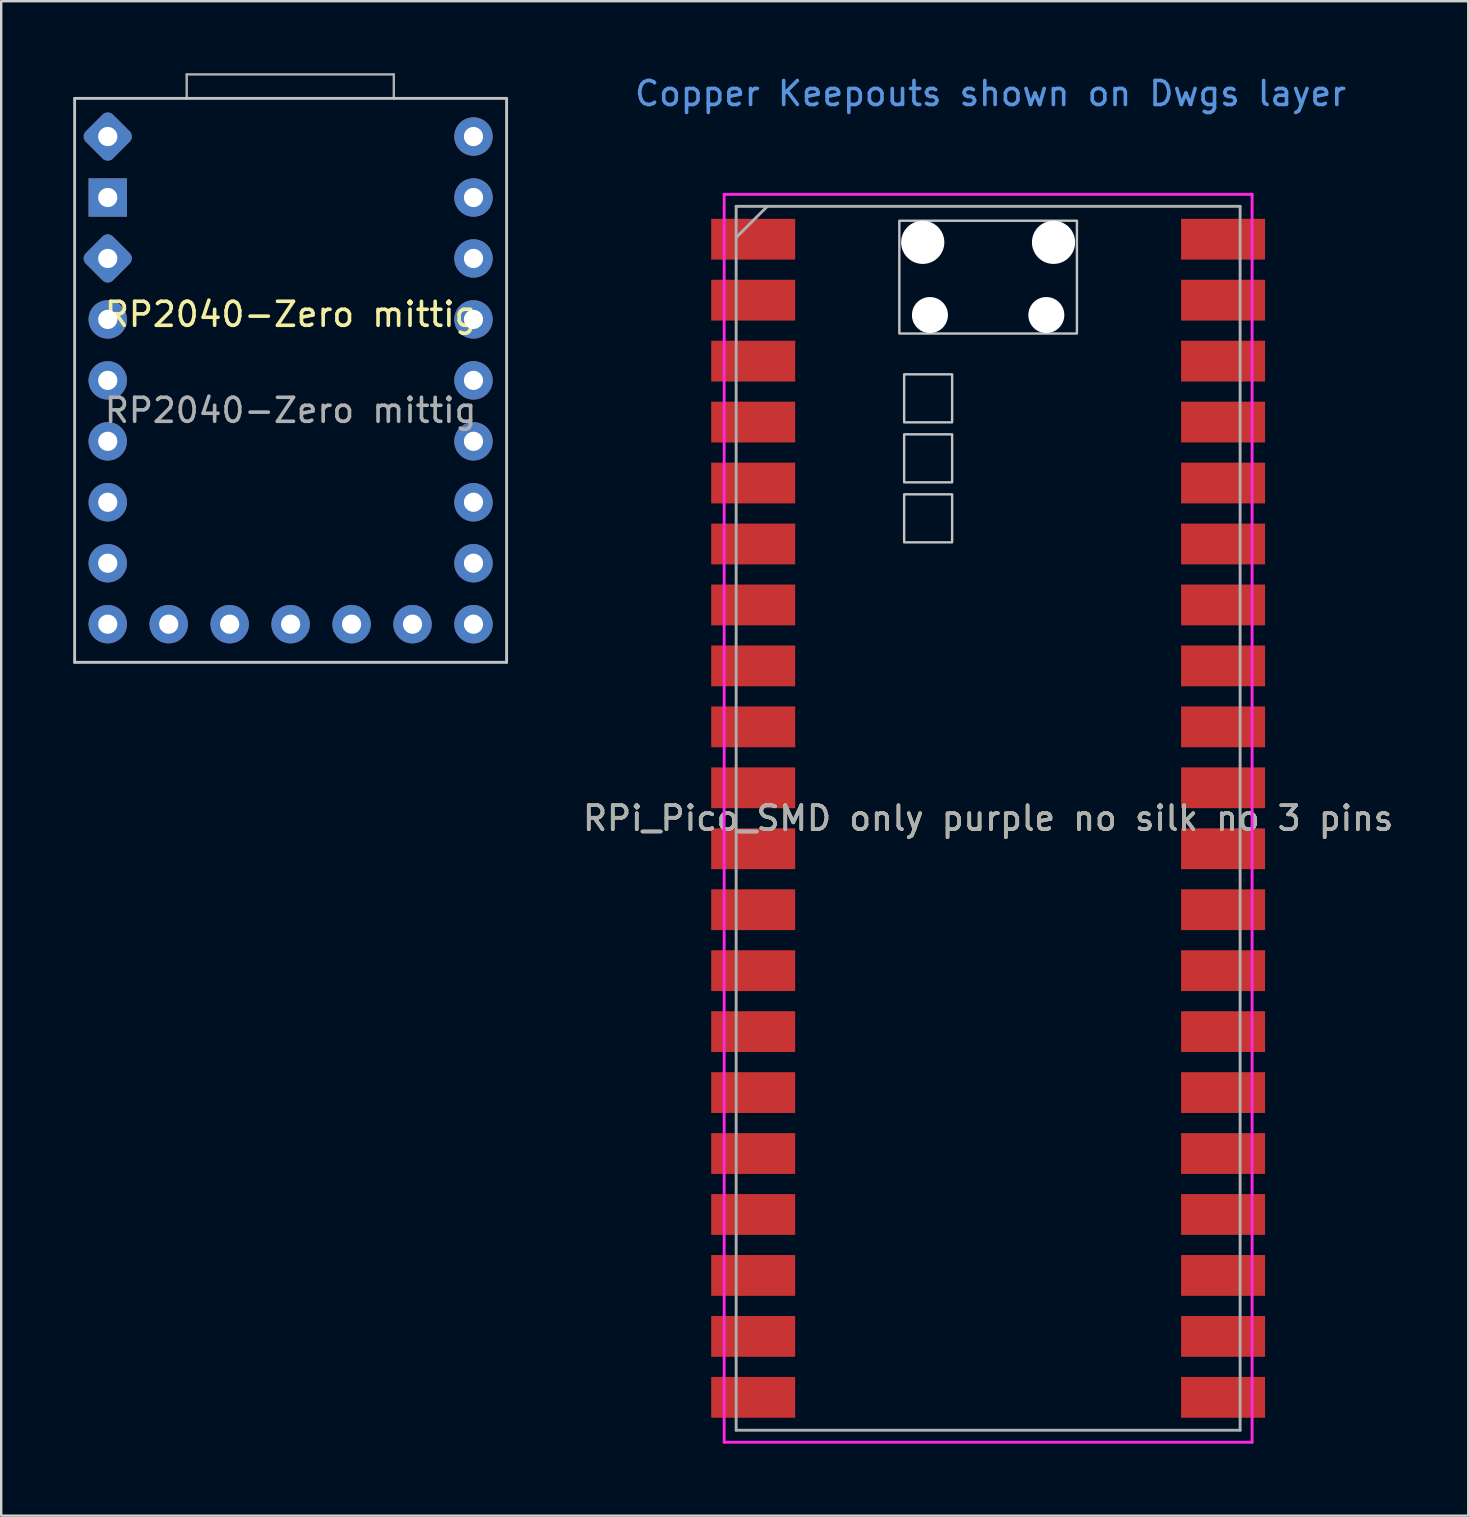
<source format=kicad_pcb>
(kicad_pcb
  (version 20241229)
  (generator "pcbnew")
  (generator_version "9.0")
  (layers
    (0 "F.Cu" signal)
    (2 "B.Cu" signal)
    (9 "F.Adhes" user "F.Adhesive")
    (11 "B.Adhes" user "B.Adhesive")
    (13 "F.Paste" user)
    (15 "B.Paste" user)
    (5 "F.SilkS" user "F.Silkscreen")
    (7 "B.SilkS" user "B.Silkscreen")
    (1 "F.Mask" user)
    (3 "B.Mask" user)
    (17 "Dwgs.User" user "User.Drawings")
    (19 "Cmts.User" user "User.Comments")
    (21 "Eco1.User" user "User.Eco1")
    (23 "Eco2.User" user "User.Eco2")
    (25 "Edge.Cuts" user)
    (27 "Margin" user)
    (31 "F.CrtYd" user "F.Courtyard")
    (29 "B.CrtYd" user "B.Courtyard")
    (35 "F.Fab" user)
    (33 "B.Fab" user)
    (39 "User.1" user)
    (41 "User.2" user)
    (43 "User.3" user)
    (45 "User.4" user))
  (footprint "RP2040-Zero mittig"
    (layer "F.Cu")
    (at 9.06 22.45)
    (property "Reference" "RP2040-Zero mittig" (at 0 -12.4 0) (unlocked yes) (layer "F.SilkS") (effects (font (size 1 1) (thickness 0.15))))
    (attr through_hole)
    (fp_line (start -9 -21.4) (end -9 2.1) (stroke (width 0.12) (type solid)) (layer "Dwgs.User"))
    (fp_line (start -9 2.1) (end 9 2.1) (stroke (width 0.12) (type solid)) (layer "Dwgs.User"))
    (fp_line (start 9 -21.4) (end -9 -21.4) (stroke (width 0.12) (type solid)) (layer "Dwgs.User"))
    (fp_line (start 9 2.1) (end 9 -21.4) (stroke (width 0.12) (type solid)) (layer "Dwgs.User"))
    (fp_line (start -9 -21.4) (end 9 -21.4) (stroke (width 0.05) (type solid)) (layer "F.CrtYd"))
    (fp_line (start -9 2.1) (end -9 -21.4) (stroke (width 0.05) (type solid)) (layer "F.CrtYd"))
    (fp_line (start 9 -21.4) (end 9 2.1) (stroke (width 0.05) (type solid)) (layer "F.CrtYd"))
    (fp_line (start 9 2.1) (end -9 2.1) (stroke (width 0.05) (type solid)) (layer "F.CrtYd"))
    (fp_line (start -4.33 -22.4) (end -4.33 -21.4) (stroke (width 0.1) (type solid)) (layer "F.Fab"))
    (fp_line (start -4.33 -22.4) (end 4.3 -22.4) (stroke (width 0.1) (type solid)) (layer "F.Fab"))
    (fp_line (start 4.3 -22.4) (end 4.3 -21.4) (stroke (width 0.1) (type solid)) (layer "F.Fab"))
    (fp_text user "${REFERENCE}" (at 0 -8.4 0) (unlocked yes) (layer "F.Fab") (effects (font (size 1 1) (thickness 0.15))))
    (pad "0" thru_hole circle (at 7.62 -19.81) (size 1.6 1.6) (drill 0.8) (layers "*.Cu" "*.Mask"))
    (pad "1" thru_hole circle (at 7.62 -17.27) (size 1.6 1.6) (drill 0.8) (layers "*.Cu" "*.Mask"))
    (pad "2" thru_hole circle (at 7.62 -14.73) (size 1.6 1.6) (drill 0.8) (layers "*.Cu" "*.Mask"))
    (pad "3" thru_hole circle (at 7.62 -12.19) (size 1.6 1.6) (drill 0.8) (layers "*.Cu" "*.Mask"))
    (pad "4" thru_hole circle (at 7.62 -9.65) (size 1.6 1.6) (drill 0.8) (layers "*.Cu" "*.Mask"))
    (pad "5" thru_hole circle (at 7.62 -7.11) (size 1.6 1.6) (drill 0.8) (layers "*.Cu" "*.Mask"))
    (pad "6" thru_hole circle (at 7.62 -4.57) (size 1.6 1.6) (drill 0.8) (layers "*.Cu" "*.Mask"))
    (pad "7" thru_hole circle (at 7.62 -2.03) (size 1.6 1.6) (drill 0.8) (layers "*.Cu" "*.Mask"))
    (pad "8" thru_hole circle (at 7.62 0.51) (size 1.6 1.6) (drill 0.8) (layers "*.Cu" "*.Mask"))
    (pad "9" thru_hole circle (at 5.08 0.51) (size 1.6 1.6) (drill 0.8) (layers "*.Cu" "*.Mask"))
    (pad "10" thru_hole circle (at 2.54 0.51) (size 1.6 1.6) (drill 0.8) (layers "*.Cu" "*.Mask"))
    (pad "11" thru_hole circle (at 0 0.51) (size 1.6 1.6) (drill 0.8) (layers "*.Cu" "*.Mask"))
    (pad "12" thru_hole circle (at -2.54 0.51) (size 1.6 1.6) (drill 0.8) (layers "*.Cu" "*.Mask"))
    (pad "13" thru_hole circle (at -5.08 0.51) (size 1.6 1.6) (drill 0.8) (layers "*.Cu" "*.Mask"))
    (pad "14" thru_hole circle (at -7.62 0.51) (size 1.6 1.6) (drill 0.8) (layers "*.Cu" "*.Mask"))
    (pad "15" thru_hole circle (at -7.62 -2.03) (size 1.6 1.6) (drill 0.8) (layers "*.Cu" "*.Mask"))
    (pad "26" thru_hole circle (at -7.62 -4.57) (size 1.6 1.6) (drill 0.8) (layers "*.Cu" "*.Mask"))
    (pad "27" thru_hole circle (at -7.62 -7.11) (size 1.6 1.6) (drill 0.8) (layers "*.Cu" "*.Mask"))
    (pad "28" thru_hole circle (at -7.62 -9.65) (size 1.6 1.6) (drill 0.8) (layers "*.Cu" "*.Mask"))
    (pad "29" thru_hole circle (at -7.62 -12.19) (size 1.6 1.6) (drill 0.8) (layers "*.Cu" "*.Mask"))
    (pad "G1" thru_hole rect (at -7.62 -17.27) (size 1.6 1.6) (drill 0.8) (layers "*.Cu" "*.Mask"))
    (pad "v3" thru_hole roundrect (at -7.62 -14.73 45) (size 1.6 1.6) (drill 0.8) (layers "*.Cu" "*.Mask") (roundrect_rratio 0.188))
    (pad "v5" thru_hole roundrect (at -7.62 -19.81 45) (size 1.6 1.6) (drill 0.8) (layers "*.Cu" "*.Mask") (roundrect_rratio 0.188)))
  (footprint "RPi_Pico_SMD only purple no silk no 3 pins"
    (layer "F.Cu")
    (at 38.126 31.048)
    (property "Reference" "RPi_Pico_SMD only purple no silk no 3 pins" (at 0 0 0) (layer "F.SilkS") (effects (font (size 1 1) (thickness 0.15))))
    (attr through_hole)
    (fp_poly (pts (xy -1.5 -16.5) (xy -3.5 -16.5) (xy -3.5 -18.5) (xy -1.5 -18.5)) (stroke (width 0.1) (type solid)) (fill no) (layer "Dwgs.User"))
    (fp_poly (pts (xy -1.5 -14) (xy -3.5 -14) (xy -3.5 -16) (xy -1.5 -16)) (stroke (width 0.1) (type solid)) (fill no) (layer "Dwgs.User"))
    (fp_poly (pts (xy -1.5 -11.5) (xy -3.5 -11.5) (xy -3.5 -13.5) (xy -1.5 -13.5)) (stroke (width 0.1) (type solid)) (fill no) (layer "Dwgs.User"))
    (fp_poly (pts (xy 3.7 -20.2) (xy -3.7 -20.2) (xy -3.7 -24.9) (xy 3.7 -24.9)) (stroke (width 0.1) (type solid)) (fill no) (layer "Dwgs.User"))
    (fp_line (start -11 -26) (end 11 -26) (stroke (width 0.12) (type solid)) (layer "F.CrtYd"))
    (fp_line (start -11 26) (end -11 -26) (stroke (width 0.12) (type solid)) (layer "F.CrtYd"))
    (fp_line (start 11 -26) (end 11 26) (stroke (width 0.12) (type solid)) (layer "F.CrtYd"))
    (fp_line (start 11 26) (end -11 26) (stroke (width 0.12) (type solid)) (layer "F.CrtYd"))
    (fp_line (start -10.5 -25.5) (end 10.5 -25.5) (stroke (width 0.12) (type solid)) (layer "F.Fab"))
    (fp_line (start -10.5 -24.2) (end -9.2 -25.5) (stroke (width 0.12) (type solid)) (layer "F.Fab"))
    (fp_line (start -10.5 25.5) (end -10.5 -25.5) (stroke (width 0.12) (type solid)) (layer "F.Fab"))
    (fp_line (start 10.5 -25.5) (end 10.5 25.5) (stroke (width 0.12) (type solid)) (layer "F.Fab"))
    (fp_line (start 10.5 25.5) (end -10.5 25.5) (stroke (width 0.12) (type solid)) (layer "F.Fab"))
    (fp_text user "Copper Keepouts shown on Dwgs layer" (at 0.1 -30.2 0) (layer "Cmts.User") (effects (font (size 1 1) (thickness 0.15))))
    (fp_text user "${REFERENCE}" (at 0 0 180) (layer "F.Fab") (effects (font (size 1 1) (thickness 0.15))))
    (pad "" np_thru_hole oval (at -2.725 -24) (size 1.8 1.8) (drill 1.8) (layers "*.Cu" "*.Mask"))
    (pad "" np_thru_hole oval (at -2.425 -20.97) (size 1.5 1.5) (drill 1.5) (layers "*.Cu" "*.Mask"))
    (pad "" np_thru_hole oval (at 2.425 -20.97) (size 1.5 1.5) (drill 1.5) (layers "*.Cu" "*.Mask"))
    (pad "" np_thru_hole oval (at 2.725 -24) (size 1.8 1.8) (drill 1.8) (layers "*.Cu" "*.Mask"))
    (pad "1" smd rect (at -8.89 -24.13) (size 3.5 1.7) (drill (offset -0.9 0)) (layers "F.Cu" "F.Mask"))
    (pad "2" smd rect (at -8.89 -21.59) (size 3.5 1.7) (drill (offset -0.9 0)) (layers "F.Cu" "F.Mask"))
    (pad "3" smd rect (at -8.89 -19.05) (size 3.5 1.7) (drill (offset -0.9 0)) (layers "F.Cu" "F.Mask"))
    (pad "4" smd rect (at -8.89 -16.51) (size 3.5 1.7) (drill (offset -0.9 0)) (layers "F.Cu" "F.Mask"))
    (pad "5" smd rect (at -8.89 -13.97) (size 3.5 1.7) (drill (offset -0.9 0)) (layers "F.Cu" "F.Mask"))
    (pad "6" smd rect (at -8.89 -11.43) (size 3.5 1.7) (drill (offset -0.9 0)) (layers "F.Cu" "F.Mask"))
    (pad "7" smd rect (at -8.89 -8.89) (size 3.5 1.7) (drill (offset -0.9 0)) (layers "F.Cu" "F.Mask"))
    (pad "8" smd rect (at -8.89 -6.35) (size 3.5 1.7) (drill (offset -0.9 0)) (layers "F.Cu" "F.Mask"))
    (pad "9" smd rect (at -8.89 -3.81) (size 3.5 1.7) (drill (offset -0.9 0)) (layers "F.Cu" "F.Mask"))
    (pad "10" smd rect (at -8.89 -1.27) (size 3.5 1.7) (drill (offset -0.9 0)) (layers "F.Cu" "F.Mask"))
    (pad "11" smd rect (at -8.89 1.27) (size 3.5 1.7) (drill (offset -0.9 0)) (layers "F.Cu" "F.Mask"))
    (pad "12" smd rect (at -8.89 3.81) (size 3.5 1.7) (drill (offset -0.9 0)) (layers "F.Cu" "F.Mask"))
    (pad "13" smd rect (at -8.89 6.35) (size 3.5 1.7) (drill (offset -0.9 0)) (layers "F.Cu" "F.Mask"))
    (pad "14" smd rect (at -8.89 8.89) (size 3.5 1.7) (drill (offset -0.9 0)) (layers "F.Cu" "F.Mask"))
    (pad "15" smd rect (at -8.89 11.43) (size 3.5 1.7) (drill (offset -0.9 0)) (layers "F.Cu" "F.Mask"))
    (pad "16" smd rect (at -8.89 13.97) (size 3.5 1.7) (drill (offset -0.9 0)) (layers "F.Cu" "F.Mask"))
    (pad "17" smd rect (at -8.89 16.51) (size 3.5 1.7) (drill (offset -0.9 0)) (layers "F.Cu" "F.Mask"))
    (pad "18" smd rect (at -8.89 19.05) (size 3.5 1.7) (drill (offset -0.9 0)) (layers "F.Cu" "F.Mask"))
    (pad "19" smd rect (at -8.89 21.59) (size 3.5 1.7) (drill (offset -0.9 0)) (layers "F.Cu" "F.Mask"))
    (pad "20" smd rect (at -8.89 24.13) (size 3.5 1.7) (drill (offset -0.9 0)) (layers "F.Cu" "F.Mask"))
    (pad "21" smd rect (at 8.89 24.13) (size 3.5 1.7) (drill (offset 0.9 0)) (layers "F.Cu" "F.Mask"))
    (pad "22" smd rect (at 8.89 21.59) (size 3.5 1.7) (drill (offset 0.9 0)) (layers "F.Cu" "F.Mask"))
    (pad "23" smd rect (at 8.89 19.05) (size 3.5 1.7) (drill (offset 0.9 0)) (layers "F.Cu" "F.Mask"))
    (pad "24" smd rect (at 8.89 16.51) (size 3.5 1.7) (drill (offset 0.9 0)) (layers "F.Cu" "F.Mask"))
    (pad "25" smd rect (at 8.89 13.97) (size 3.5 1.7) (drill (offset 0.9 0)) (layers "F.Cu" "F.Mask"))
    (pad "26" smd rect (at 8.89 11.43) (size 3.5 1.7) (drill (offset 0.9 0)) (layers "F.Cu" "F.Mask"))
    (pad "27" smd rect (at 8.89 8.89) (size 3.5 1.7) (drill (offset 0.9 0)) (layers "F.Cu" "F.Mask"))
    (pad "28" smd rect (at 8.89 6.35) (size 3.5 1.7) (drill (offset 0.9 0)) (layers "F.Cu" "F.Mask"))
    (pad "29" smd rect (at 8.89 3.81) (size 3.5 1.7) (drill (offset 0.9 0)) (layers "F.Cu" "F.Mask"))
    (pad "30" smd rect (at 8.89 1.27) (size 3.5 1.7) (drill (offset 0.9 0)) (layers "F.Cu" "F.Mask"))
    (pad "31" smd rect (at 8.89 -1.27) (size 3.5 1.7) (drill (offset 0.9 0)) (layers "F.Cu" "F.Mask"))
    (pad "32" smd rect (at 8.89 -3.81) (size 3.5 1.7) (drill (offset 0.9 0)) (layers "F.Cu" "F.Mask"))
    (pad "33" smd rect (at 8.89 -6.35) (size 3.5 1.7) (drill (offset 0.9 0)) (layers "F.Cu" "F.Mask"))
    (pad "34" smd rect (at 8.89 -8.89) (size 3.5 1.7) (drill (offset 0.9 0)) (layers "F.Cu" "F.Mask"))
    (pad "35" smd rect (at 8.89 -11.43) (size 3.5 1.7) (drill (offset 0.9 0)) (layers "F.Cu" "F.Mask"))
    (pad "36" smd rect (at 8.89 -13.97) (size 3.5 1.7) (drill (offset 0.9 0)) (layers "F.Cu" "F.Mask"))
    (pad "37" smd rect (at 8.89 -16.51) (size 3.5 1.7) (drill (offset 0.9 0)) (layers "F.Cu" "F.Mask"))
    (pad "38" smd rect (at 8.89 -19.05) (size 3.5 1.7) (drill (offset 0.9 0)) (layers "F.Cu" "F.Mask"))
    (pad "39" smd rect (at 8.89 -21.59) (size 3.5 1.7) (drill (offset 0.9 0)) (layers "F.Cu" "F.Mask"))
    (pad "40" smd rect (at 8.89 -24.13) (size 3.5 1.7) (drill (offset 0.9 0)) (layers "F.Cu" "F.Mask")))
  (gr_rect
    (start -3 -3)
    (end 58.132 60.108)
    (stroke (width 0.1) (type default))
    (fill no)
    (layer "Edge.Cuts")))
</source>
